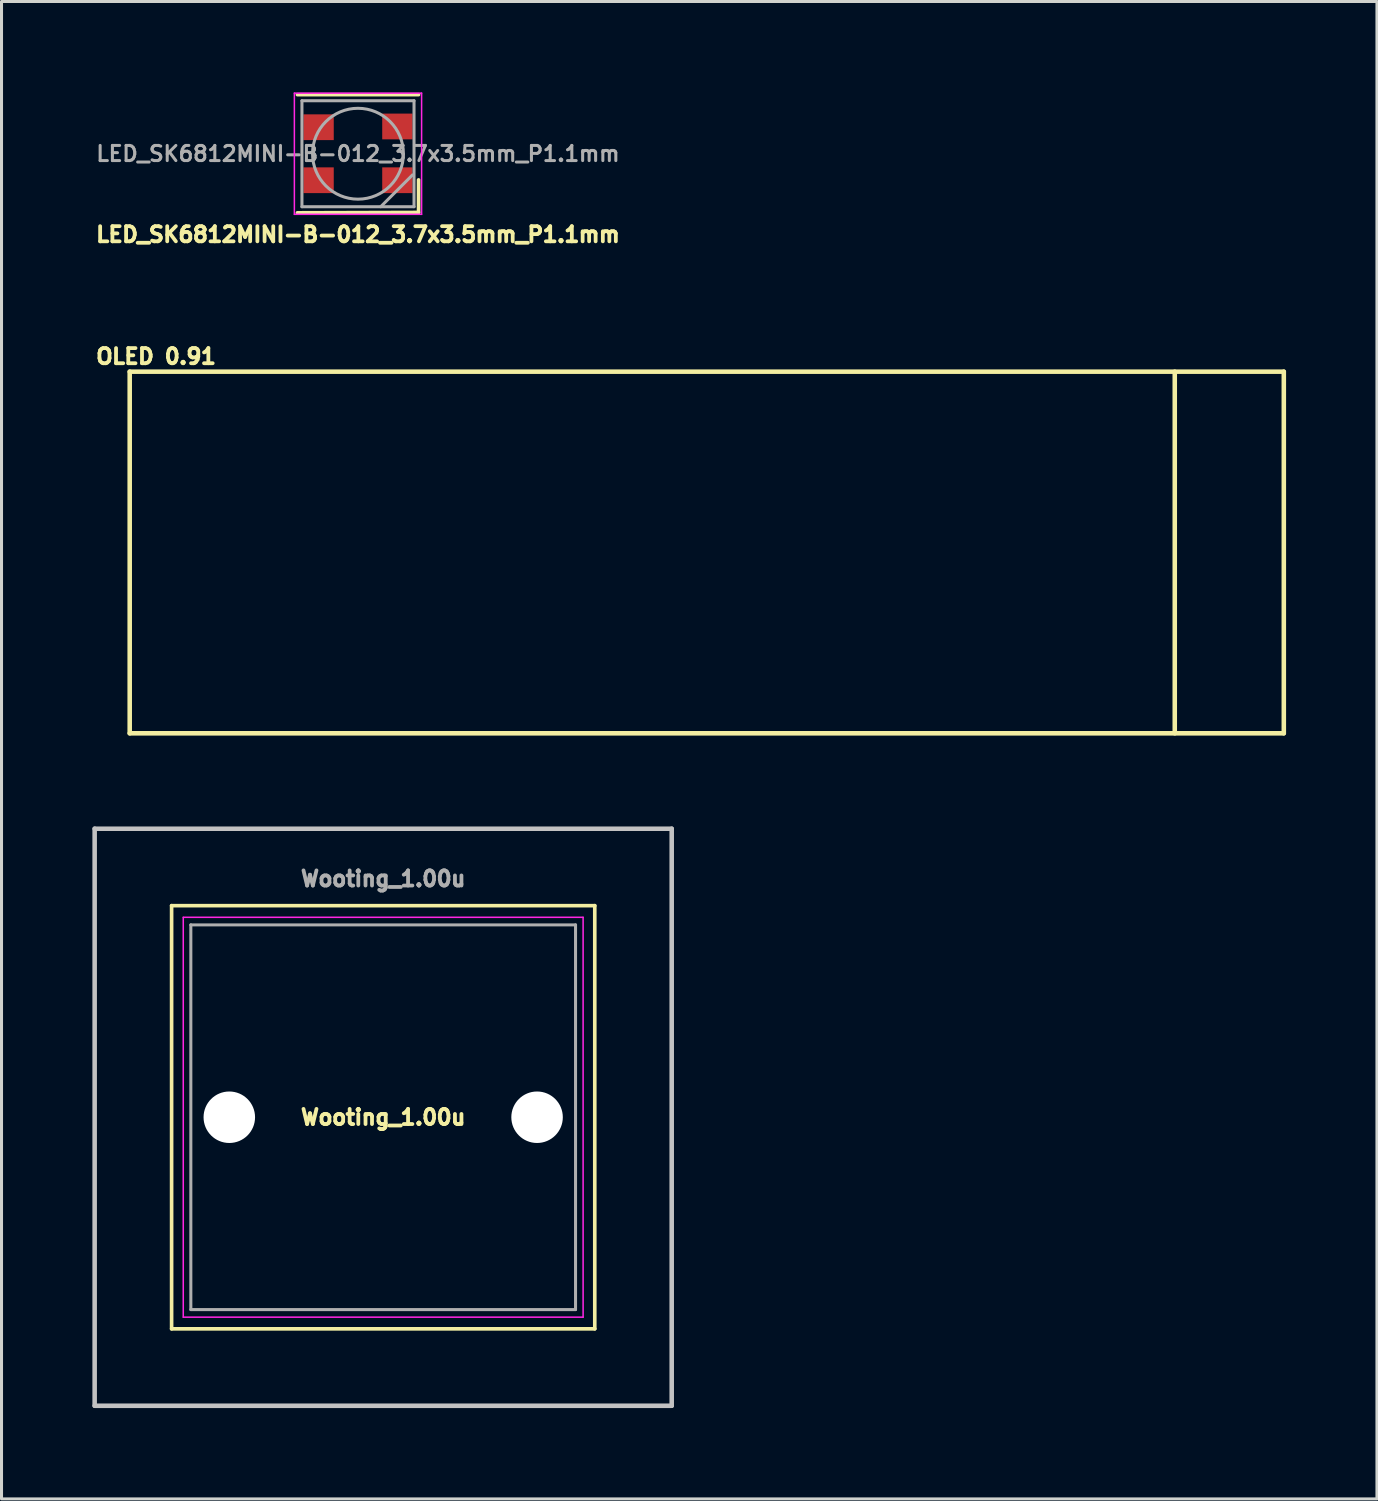
<source format=kicad_pcb>
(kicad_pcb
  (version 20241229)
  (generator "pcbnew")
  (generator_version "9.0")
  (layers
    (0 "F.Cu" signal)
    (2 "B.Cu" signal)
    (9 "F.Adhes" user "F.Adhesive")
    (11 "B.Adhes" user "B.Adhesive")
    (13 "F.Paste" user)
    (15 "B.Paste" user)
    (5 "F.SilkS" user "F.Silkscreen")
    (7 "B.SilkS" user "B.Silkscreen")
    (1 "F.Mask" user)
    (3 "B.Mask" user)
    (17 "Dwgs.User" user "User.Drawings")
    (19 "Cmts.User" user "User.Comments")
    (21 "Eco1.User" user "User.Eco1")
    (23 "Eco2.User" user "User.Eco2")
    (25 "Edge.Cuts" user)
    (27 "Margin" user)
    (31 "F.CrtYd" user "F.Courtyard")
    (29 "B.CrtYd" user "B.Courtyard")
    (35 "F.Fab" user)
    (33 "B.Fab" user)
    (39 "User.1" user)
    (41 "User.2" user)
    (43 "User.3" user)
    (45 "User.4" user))
  (footprint "Wooting_1.00u"
    (layer "F.Cu")
    (at 12.14 28.753)
    (property "Reference" "Wooting_1.00u" (at -2.54 5.08 0) (layer "F.SilkS") (effects (font (size 0.5 0.5) (thickness 0.15))))
    (attr through_hole)
    (fp_line (start -9.525 -1.905) (end 4.445 -1.905) (stroke (width 0.12) (type solid)) (layer "F.SilkS"))
    (fp_line (start -9.525 12.065) (end -9.525 -1.905) (stroke (width 0.12) (type solid)) (layer "F.SilkS"))
    (fp_line (start 4.445 -1.905) (end 4.445 12.065) (stroke (width 0.12) (type solid)) (layer "F.SilkS"))
    (fp_line (start 4.445 12.065) (end -9.525 12.065) (stroke (width 0.12) (type solid)) (layer "F.SilkS"))
    (fp_line (start -12.065 -4.445) (end 6.985 -4.445) (stroke (width 0.15) (type solid)) (layer "Dwgs.User"))
    (fp_line (start -12.065 14.605) (end -12.065 -4.445) (stroke (width 0.15) (type solid)) (layer "Dwgs.User"))
    (fp_line (start 6.985 -4.445) (end 6.985 14.605) (stroke (width 0.15) (type solid)) (layer "Dwgs.User"))
    (fp_line (start 6.985 14.605) (end -12.065 14.605) (stroke (width 0.15) (type solid)) (layer "Dwgs.User"))
    (fp_line (start -9.14 -1.52) (end 4.06 -1.52) (stroke (width 0.05) (type solid)) (layer "F.CrtYd"))
    (fp_line (start -9.14 11.68) (end -9.14 -1.52) (stroke (width 0.05) (type solid)) (layer "F.CrtYd"))
    (fp_line (start 4.06 -1.52) (end 4.06 11.68) (stroke (width 0.05) (type solid)) (layer "F.CrtYd"))
    (fp_line (start 4.06 11.68) (end -9.14 11.68) (stroke (width 0.05) (type solid)) (layer "F.CrtYd"))
    (fp_line (start -8.89 -1.27) (end 3.81 -1.27) (stroke (width 0.1) (type solid)) (layer "F.Fab"))
    (fp_line (start -8.89 11.43) (end -8.89 -1.27) (stroke (width 0.1) (type solid)) (layer "F.Fab"))
    (fp_line (start 3.81 -1.27) (end 3.81 11.43) (stroke (width 0.1) (type solid)) (layer "F.Fab"))
    (fp_line (start 3.81 11.43) (end -8.89 11.43) (stroke (width 0.1) (type solid)) (layer "F.Fab"))
    (fp_text user "${REFERENCE}" (at -2.54 -2.794 0) (layer "F.Fab") (effects (font (size 0.5 0.5) (thickness 0.15))))
    (pad "" np_thru_hole circle (at -7.62 5.08 180) (size 1.7 1.7) (drill 1.7) (layers "*.Cu" "*.Mask"))
    (pad "" np_thru_hole circle (at 2.54 5.08 180) (size 1.7 1.7) (drill 1.7) (layers "*.Cu" "*.Mask")))
  (footprint "OLED 0.91"
    (layer "F.Cu")
    (at 1.232 9.22)
    (property "Reference" "OLED 0.91" (at 0.87 -0.504 0) (layer "F.SilkS") (effects (font (size 0.5 0.5) (thickness 0.125))))
    (attr through_hole)
    (fp_line (start 0 0) (end 0 11.938) (stroke (width 0.15) (type solid)) (layer "F.SilkS"))
    (fp_line (start 0 11.938) (end 38.1 11.938) (stroke (width 0.15) (type solid)) (layer "F.SilkS"))
    (fp_line (start 34.5 11.938) (end 34.5 0) (stroke (width 0.15) (type solid)) (layer "F.SilkS"))
    (fp_line (start 38.1 0) (end 0 0) (stroke (width 0.15) (type solid)) (layer "F.SilkS"))
    (fp_line (start 38.1 0) (end 38.1 11.938) (stroke (width 0.15) (type solid)) (layer "F.SilkS")))
  (footprint "LED_SK6812MINI-B-012_3.7x3.5mm_P1.1mm"
    (layer "F.Cu")
    (at 8.768 2.025)
    (property "Reference" "LED_SK6812MINI-B-012_3.7x3.5mm_P1.1mm" (at 0 2.667 180) (layer "F.SilkS") (effects (font (size 0.5 0.5) (thickness 0.125))))
    (attr smd)
    (fp_line (start -2 -1.95) (end 2 -1.95) (stroke (width 0.12) (type solid)) (layer "F.SilkS"))
    (fp_line (start -2 1.95) (end 2 1.938) (stroke (width 0.12) (type solid)) (layer "F.SilkS"))
    (fp_line (start 2 1.938) (end 2 0.863) (stroke (width 0.12) (type solid)) (layer "F.SilkS"))
    (fp_line (start -2.1 -2) (end -2.1 2) (stroke (width 0.05) (type solid)) (layer "F.CrtYd"))
    (fp_line (start -2.1 2) (end 2.1 2) (stroke (width 0.05) (type solid)) (layer "F.CrtYd"))
    (fp_line (start 2.1 -2) (end -2.1 -2) (stroke (width 0.05) (type solid)) (layer "F.CrtYd"))
    (fp_line (start 2.1 2) (end 2.1 -2) (stroke (width 0.05) (type solid)) (layer "F.CrtYd"))
    (fp_line (start -1.85 -1.75) (end -1.85 1.75) (stroke (width 0.1) (type solid)) (layer "F.Fab"))
    (fp_line (start -1.85 1.75) (end 1.85 1.75) (stroke (width 0.1) (type solid)) (layer "F.Fab"))
    (fp_line (start 1.8 0.7) (end 0.75 1.75) (stroke (width 0.1) (type solid)) (layer "F.Fab"))
    (fp_line (start 1.85 -1.75) (end -1.85 -1.75) (stroke (width 0.1) (type solid)) (layer "F.Fab"))
    (fp_line (start 1.85 1.75) (end 1.85 -1.75) (stroke (width 0.1) (type solid)) (layer "F.Fab"))
    (fp_circle (center 0 0) (end 0 -1.5) (stroke (width 0.1) (type solid)) (fill no) (layer "F.Fab"))
    (fp_text user "${REFERENCE}" (at 0 0 180) (layer "F.Fab") (effects (font (size 0.5 0.5) (thickness 0.1))))
    (pad "1" smd rect (at 1.3 0.875) (size 1 0.85) (layers "F.Cu" "F.Mask" "F.Paste"))
    (pad "2" smd rect (at 1.3 -0.9) (size 1 0.85) (layers "F.Cu" "F.Mask" "F.Paste"))
    (pad "3" smd rect (at -1.3 -0.875) (size 1 0.85) (layers "F.Cu" "F.Mask" "F.Paste"))
    (pad "4" smd rect (at -1.3 0.875) (size 1 0.85) (layers "F.Cu" "F.Mask" "F.Paste")))
  (gr_rect
    (start -3 -3)
    (end 42.407 46.433)
    (stroke (width 0.1) (type default))
    (fill no)
    (layer "Edge.Cuts")))
</source>
